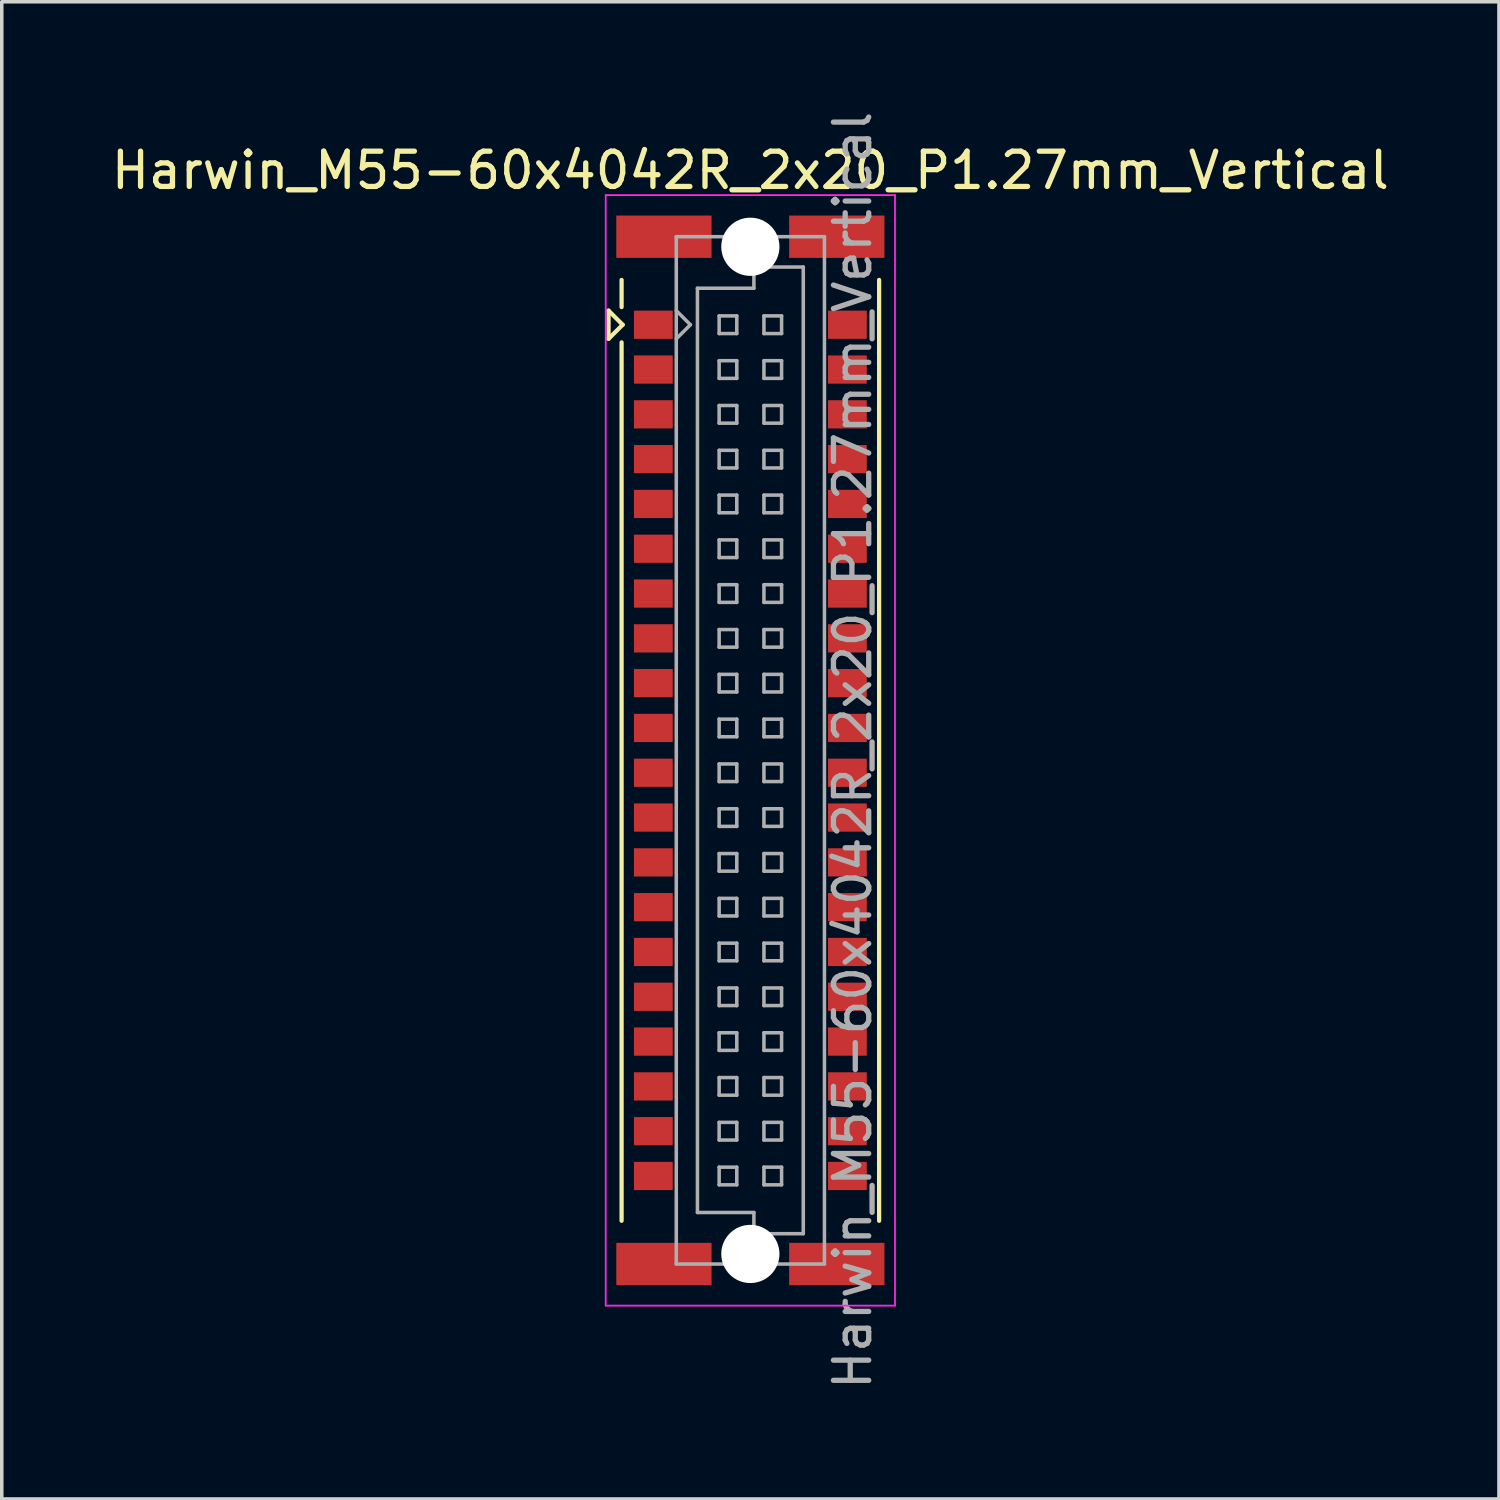
<source format=kicad_pcb>
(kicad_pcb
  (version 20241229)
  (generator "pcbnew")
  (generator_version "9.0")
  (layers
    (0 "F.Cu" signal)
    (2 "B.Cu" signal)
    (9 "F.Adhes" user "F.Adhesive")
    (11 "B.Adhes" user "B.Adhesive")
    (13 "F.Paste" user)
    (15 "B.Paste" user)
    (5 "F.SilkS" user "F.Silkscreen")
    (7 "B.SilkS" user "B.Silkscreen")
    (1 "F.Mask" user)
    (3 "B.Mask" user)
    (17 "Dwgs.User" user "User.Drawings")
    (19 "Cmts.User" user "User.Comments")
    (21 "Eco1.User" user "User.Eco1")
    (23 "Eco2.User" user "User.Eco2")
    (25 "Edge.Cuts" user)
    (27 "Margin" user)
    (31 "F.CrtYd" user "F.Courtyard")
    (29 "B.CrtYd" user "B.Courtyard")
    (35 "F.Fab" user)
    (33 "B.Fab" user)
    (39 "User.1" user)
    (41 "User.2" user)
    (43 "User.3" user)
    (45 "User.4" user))
  (footprint "Harwin_M55-60x4042R_2x20_P1.27mm_Vertical"
    (layer "F.Cu")
    (at 18.22 18.22)
    (property "Reference" "Harwin_M55-60x4042R_2x20_P1.27mm_Vertical" (at 0 -16.44 0) (layer "F.SilkS") (effects (font (size 1 1) (thickness 0.15))))
    (attr smd)
    (fp_line (start -4.02 -12.465) (end -4.02 -11.665) (stroke (width 0.12) (type solid)) (layer "F.SilkS"))
    (fp_line (start -4.02 -11.665) (end -3.62 -12.065) (stroke (width 0.12) (type solid)) (layer "F.SilkS"))
    (fp_line (start -3.65 -12.565) (end -3.65 -13.335) (stroke (width 0.12) (type solid)) (layer "F.SilkS"))
    (fp_line (start -3.65 -11.565) (end -3.65 13.335) (stroke (width 0.12) (type solid)) (layer "F.SilkS"))
    (fp_line (start -3.62 -12.065) (end -4.02 -12.465) (stroke (width 0.12) (type solid)) (layer "F.SilkS"))
    (fp_line (start 3.65 13.335) (end 3.65 -13.335) (stroke (width 0.12) (type solid)) (layer "F.SilkS"))
    (fp_line (start -4.1 -15.74) (end 4.1 -15.74) (stroke (width 0.05) (type solid)) (layer "F.CrtYd"))
    (fp_line (start -4.1 15.74) (end -4.1 -15.74) (stroke (width 0.05) (type solid)) (layer "F.CrtYd"))
    (fp_line (start 4.1 -15.74) (end 4.1 15.74) (stroke (width 0.05) (type solid)) (layer "F.CrtYd"))
    (fp_line (start 4.1 15.74) (end -4.1 15.74) (stroke (width 0.05) (type solid)) (layer "F.CrtYd"))
    (fp_line (start -2.1 -14.56) (end -2.1 14.56) (stroke (width 0.1) (type solid)) (layer "F.Fab"))
    (fp_line (start -2.1 -11.665) (end -1.7 -12.065) (stroke (width 0.1) (type solid)) (layer "F.Fab"))
    (fp_line (start -2.1 14.56) (end 2.1 14.56) (stroke (width 0.1) (type solid)) (layer "F.Fab"))
    (fp_line (start -1.7 -12.065) (end -2.1 -12.465) (stroke (width 0.1) (type solid)) (layer "F.Fab"))
    (fp_line (start -1.5 -13.1) (end 0.1 -13.1) (stroke (width 0.1) (type solid)) (layer "F.Fab"))
    (fp_line (start -1.5 13.1) (end -1.5 -13.1) (stroke (width 0.1) (type solid)) (layer "F.Fab"))
    (fp_line (start -0.885 -12.315) (end -0.885 -11.815) (stroke (width 0.1) (type solid)) (layer "F.Fab"))
    (fp_line (start -0.885 -11.815) (end -0.385 -11.815) (stroke (width 0.1) (type solid)) (layer "F.Fab"))
    (fp_line (start -0.885 -11.045) (end -0.885 -10.545) (stroke (width 0.1) (type solid)) (layer "F.Fab"))
    (fp_line (start -0.885 -10.545) (end -0.385 -10.545) (stroke (width 0.1) (type solid)) (layer "F.Fab"))
    (fp_line (start -0.885 -9.775) (end -0.885 -9.275) (stroke (width 0.1) (type solid)) (layer "F.Fab"))
    (fp_line (start -0.885 -9.275) (end -0.385 -9.275) (stroke (width 0.1) (type solid)) (layer "F.Fab"))
    (fp_line (start -0.885 -8.505) (end -0.885 -8.005) (stroke (width 0.1) (type solid)) (layer "F.Fab"))
    (fp_line (start -0.885 -8.005) (end -0.385 -8.005) (stroke (width 0.1) (type solid)) (layer "F.Fab"))
    (fp_line (start -0.885 -7.235) (end -0.885 -6.735) (stroke (width 0.1) (type solid)) (layer "F.Fab"))
    (fp_line (start -0.885 -6.735) (end -0.385 -6.735) (stroke (width 0.1) (type solid)) (layer "F.Fab"))
    (fp_line (start -0.885 -5.965) (end -0.885 -5.465) (stroke (width 0.1) (type solid)) (layer "F.Fab"))
    (fp_line (start -0.885 -5.465) (end -0.385 -5.465) (stroke (width 0.1) (type solid)) (layer "F.Fab"))
    (fp_line (start -0.885 -4.695) (end -0.885 -4.195) (stroke (width 0.1) (type solid)) (layer "F.Fab"))
    (fp_line (start -0.885 -4.195) (end -0.385 -4.195) (stroke (width 0.1) (type solid)) (layer "F.Fab"))
    (fp_line (start -0.885 -3.425) (end -0.885 -2.925) (stroke (width 0.1) (type solid)) (layer "F.Fab"))
    (fp_line (start -0.885 -2.925) (end -0.385 -2.925) (stroke (width 0.1) (type solid)) (layer "F.Fab"))
    (fp_line (start -0.885 -2.155) (end -0.885 -1.655) (stroke (width 0.1) (type solid)) (layer "F.Fab"))
    (fp_line (start -0.885 -1.655) (end -0.385 -1.655) (stroke (width 0.1) (type solid)) (layer "F.Fab"))
    (fp_line (start -0.885 -0.885) (end -0.885 -0.385) (stroke (width 0.1) (type solid)) (layer "F.Fab"))
    (fp_line (start -0.885 -0.385) (end -0.385 -0.385) (stroke (width 0.1) (type solid)) (layer "F.Fab"))
    (fp_line (start -0.885 0.385) (end -0.885 0.885) (stroke (width 0.1) (type solid)) (layer "F.Fab"))
    (fp_line (start -0.885 0.885) (end -0.385 0.885) (stroke (width 0.1) (type solid)) (layer "F.Fab"))
    (fp_line (start -0.885 1.655) (end -0.885 2.155) (stroke (width 0.1) (type solid)) (layer "F.Fab"))
    (fp_line (start -0.885 2.155) (end -0.385 2.155) (stroke (width 0.1) (type solid)) (layer "F.Fab"))
    (fp_line (start -0.885 2.925) (end -0.885 3.425) (stroke (width 0.1) (type solid)) (layer "F.Fab"))
    (fp_line (start -0.885 3.425) (end -0.385 3.425) (stroke (width 0.1) (type solid)) (layer "F.Fab"))
    (fp_line (start -0.885 4.195) (end -0.885 4.695) (stroke (width 0.1) (type solid)) (layer "F.Fab"))
    (fp_line (start -0.885 4.695) (end -0.385 4.695) (stroke (width 0.1) (type solid)) (layer "F.Fab"))
    (fp_line (start -0.885 5.465) (end -0.885 5.965) (stroke (width 0.1) (type solid)) (layer "F.Fab"))
    (fp_line (start -0.885 5.965) (end -0.385 5.965) (stroke (width 0.1) (type solid)) (layer "F.Fab"))
    (fp_line (start -0.885 6.735) (end -0.885 7.235) (stroke (width 0.1) (type solid)) (layer "F.Fab"))
    (fp_line (start -0.885 7.235) (end -0.385 7.235) (stroke (width 0.1) (type solid)) (layer "F.Fab"))
    (fp_line (start -0.885 8.005) (end -0.885 8.505) (stroke (width 0.1) (type solid)) (layer "F.Fab"))
    (fp_line (start -0.885 8.505) (end -0.385 8.505) (stroke (width 0.1) (type solid)) (layer "F.Fab"))
    (fp_line (start -0.885 9.275) (end -0.885 9.775) (stroke (width 0.1) (type solid)) (layer "F.Fab"))
    (fp_line (start -0.885 9.775) (end -0.385 9.775) (stroke (width 0.1) (type solid)) (layer "F.Fab"))
    (fp_line (start -0.885 10.545) (end -0.885 11.045) (stroke (width 0.1) (type solid)) (layer "F.Fab"))
    (fp_line (start -0.885 11.045) (end -0.385 11.045) (stroke (width 0.1) (type solid)) (layer "F.Fab"))
    (fp_line (start -0.885 11.815) (end -0.885 12.315) (stroke (width 0.1) (type solid)) (layer "F.Fab"))
    (fp_line (start -0.885 12.315) (end -0.385 12.315) (stroke (width 0.1) (type solid)) (layer "F.Fab"))
    (fp_line (start -0.385 -12.315) (end -0.885 -12.315) (stroke (width 0.1) (type solid)) (layer "F.Fab"))
    (fp_line (start -0.385 -11.815) (end -0.385 -12.315) (stroke (width 0.1) (type solid)) (layer "F.Fab"))
    (fp_line (start -0.385 -11.045) (end -0.885 -11.045) (stroke (width 0.1) (type solid)) (layer "F.Fab"))
    (fp_line (start -0.385 -10.545) (end -0.385 -11.045) (stroke (width 0.1) (type solid)) (layer "F.Fab"))
    (fp_line (start -0.385 -9.775) (end -0.885 -9.775) (stroke (width 0.1) (type solid)) (layer "F.Fab"))
    (fp_line (start -0.385 -9.275) (end -0.385 -9.775) (stroke (width 0.1) (type solid)) (layer "F.Fab"))
    (fp_line (start -0.385 -8.505) (end -0.885 -8.505) (stroke (width 0.1) (type solid)) (layer "F.Fab"))
    (fp_line (start -0.385 -8.005) (end -0.385 -8.505) (stroke (width 0.1) (type solid)) (layer "F.Fab"))
    (fp_line (start -0.385 -7.235) (end -0.885 -7.235) (stroke (width 0.1) (type solid)) (layer "F.Fab"))
    (fp_line (start -0.385 -6.735) (end -0.385 -7.235) (stroke (width 0.1) (type solid)) (layer "F.Fab"))
    (fp_line (start -0.385 -5.965) (end -0.885 -5.965) (stroke (width 0.1) (type solid)) (layer "F.Fab"))
    (fp_line (start -0.385 -5.465) (end -0.385 -5.965) (stroke (width 0.1) (type solid)) (layer "F.Fab"))
    (fp_line (start -0.385 -4.695) (end -0.885 -4.695) (stroke (width 0.1) (type solid)) (layer "F.Fab"))
    (fp_line (start -0.385 -4.195) (end -0.385 -4.695) (stroke (width 0.1) (type solid)) (layer "F.Fab"))
    (fp_line (start -0.385 -3.425) (end -0.885 -3.425) (stroke (width 0.1) (type solid)) (layer "F.Fab"))
    (fp_line (start -0.385 -2.925) (end -0.385 -3.425) (stroke (width 0.1) (type solid)) (layer "F.Fab"))
    (fp_line (start -0.385 -2.155) (end -0.885 -2.155) (stroke (width 0.1) (type solid)) (layer "F.Fab"))
    (fp_line (start -0.385 -1.655) (end -0.385 -2.155) (stroke (width 0.1) (type solid)) (layer "F.Fab"))
    (fp_line (start -0.385 -0.885) (end -0.885 -0.885) (stroke (width 0.1) (type solid)) (layer "F.Fab"))
    (fp_line (start -0.385 -0.385) (end -0.385 -0.885) (stroke (width 0.1) (type solid)) (layer "F.Fab"))
    (fp_line (start -0.385 0.385) (end -0.885 0.385) (stroke (width 0.1) (type solid)) (layer "F.Fab"))
    (fp_line (start -0.385 0.885) (end -0.385 0.385) (stroke (width 0.1) (type solid)) (layer "F.Fab"))
    (fp_line (start -0.385 1.655) (end -0.885 1.655) (stroke (width 0.1) (type solid)) (layer "F.Fab"))
    (fp_line (start -0.385 2.155) (end -0.385 1.655) (stroke (width 0.1) (type solid)) (layer "F.Fab"))
    (fp_line (start -0.385 2.925) (end -0.885 2.925) (stroke (width 0.1) (type solid)) (layer "F.Fab"))
    (fp_line (start -0.385 3.425) (end -0.385 2.925) (stroke (width 0.1) (type solid)) (layer "F.Fab"))
    (fp_line (start -0.385 4.195) (end -0.885 4.195) (stroke (width 0.1) (type solid)) (layer "F.Fab"))
    (fp_line (start -0.385 4.695) (end -0.385 4.195) (stroke (width 0.1) (type solid)) (layer "F.Fab"))
    (fp_line (start -0.385 5.465) (end -0.885 5.465) (stroke (width 0.1) (type solid)) (layer "F.Fab"))
    (fp_line (start -0.385 5.965) (end -0.385 5.465) (stroke (width 0.1) (type solid)) (layer "F.Fab"))
    (fp_line (start -0.385 6.735) (end -0.885 6.735) (stroke (width 0.1) (type solid)) (layer "F.Fab"))
    (fp_line (start -0.385 7.235) (end -0.385 6.735) (stroke (width 0.1) (type solid)) (layer "F.Fab"))
    (fp_line (start -0.385 8.005) (end -0.885 8.005) (stroke (width 0.1) (type solid)) (layer "F.Fab"))
    (fp_line (start -0.385 8.505) (end -0.385 8.005) (stroke (width 0.1) (type solid)) (layer "F.Fab"))
    (fp_line (start -0.385 9.275) (end -0.885 9.275) (stroke (width 0.1) (type solid)) (layer "F.Fab"))
    (fp_line (start -0.385 9.775) (end -0.385 9.275) (stroke (width 0.1) (type solid)) (layer "F.Fab"))
    (fp_line (start -0.385 10.545) (end -0.885 10.545) (stroke (width 0.1) (type solid)) (layer "F.Fab"))
    (fp_line (start -0.385 11.045) (end -0.385 10.545) (stroke (width 0.1) (type solid)) (layer "F.Fab"))
    (fp_line (start -0.385 11.815) (end -0.885 11.815) (stroke (width 0.1) (type solid)) (layer "F.Fab"))
    (fp_line (start -0.385 12.315) (end -0.385 11.815) (stroke (width 0.1) (type solid)) (layer "F.Fab"))
    (fp_line (start 0.1 -13.7) (end 1.5 -13.7) (stroke (width 0.1) (type solid)) (layer "F.Fab"))
    (fp_line (start 0.1 -13.1) (end 0.1 -13.7) (stroke (width 0.1) (type solid)) (layer "F.Fab"))
    (fp_line (start 0.1 13.1) (end -1.5 13.1) (stroke (width 0.1) (type solid)) (layer "F.Fab"))
    (fp_line (start 0.1 13.7) (end 0.1 13.1) (stroke (width 0.1) (type solid)) (layer "F.Fab"))
    (fp_line (start 0.385 -12.315) (end 0.385 -11.815) (stroke (width 0.1) (type solid)) (layer "F.Fab"))
    (fp_line (start 0.385 -11.815) (end 0.885 -11.815) (stroke (width 0.1) (type solid)) (layer "F.Fab"))
    (fp_line (start 0.385 -11.045) (end 0.385 -10.545) (stroke (width 0.1) (type solid)) (layer "F.Fab"))
    (fp_line (start 0.385 -10.545) (end 0.885 -10.545) (stroke (width 0.1) (type solid)) (layer "F.Fab"))
    (fp_line (start 0.385 -9.775) (end 0.385 -9.275) (stroke (width 0.1) (type solid)) (layer "F.Fab"))
    (fp_line (start 0.385 -9.275) (end 0.885 -9.275) (stroke (width 0.1) (type solid)) (layer "F.Fab"))
    (fp_line (start 0.385 -8.505) (end 0.385 -8.005) (stroke (width 0.1) (type solid)) (layer "F.Fab"))
    (fp_line (start 0.385 -8.005) (end 0.885 -8.005) (stroke (width 0.1) (type solid)) (layer "F.Fab"))
    (fp_line (start 0.385 -7.235) (end 0.385 -6.735) (stroke (width 0.1) (type solid)) (layer "F.Fab"))
    (fp_line (start 0.385 -6.735) (end 0.885 -6.735) (stroke (width 0.1) (type solid)) (layer "F.Fab"))
    (fp_line (start 0.385 -5.965) (end 0.385 -5.465) (stroke (width 0.1) (type solid)) (layer "F.Fab"))
    (fp_line (start 0.385 -5.465) (end 0.885 -5.465) (stroke (width 0.1) (type solid)) (layer "F.Fab"))
    (fp_line (start 0.385 -4.695) (end 0.385 -4.195) (stroke (width 0.1) (type solid)) (layer "F.Fab"))
    (fp_line (start 0.385 -4.195) (end 0.885 -4.195) (stroke (width 0.1) (type solid)) (layer "F.Fab"))
    (fp_line (start 0.385 -3.425) (end 0.385 -2.925) (stroke (width 0.1) (type solid)) (layer "F.Fab"))
    (fp_line (start 0.385 -2.925) (end 0.885 -2.925) (stroke (width 0.1) (type solid)) (layer "F.Fab"))
    (fp_line (start 0.385 -2.155) (end 0.385 -1.655) (stroke (width 0.1) (type solid)) (layer "F.Fab"))
    (fp_line (start 0.385 -1.655) (end 0.885 -1.655) (stroke (width 0.1) (type solid)) (layer "F.Fab"))
    (fp_line (start 0.385 -0.885) (end 0.385 -0.385) (stroke (width 0.1) (type solid)) (layer "F.Fab"))
    (fp_line (start 0.385 -0.385) (end 0.885 -0.385) (stroke (width 0.1) (type solid)) (layer "F.Fab"))
    (fp_line (start 0.385 0.385) (end 0.385 0.885) (stroke (width 0.1) (type solid)) (layer "F.Fab"))
    (fp_line (start 0.385 0.885) (end 0.885 0.885) (stroke (width 0.1) (type solid)) (layer "F.Fab"))
    (fp_line (start 0.385 1.655) (end 0.385 2.155) (stroke (width 0.1) (type solid)) (layer "F.Fab"))
    (fp_line (start 0.385 2.155) (end 0.885 2.155) (stroke (width 0.1) (type solid)) (layer "F.Fab"))
    (fp_line (start 0.385 2.925) (end 0.385 3.425) (stroke (width 0.1) (type solid)) (layer "F.Fab"))
    (fp_line (start 0.385 3.425) (end 0.885 3.425) (stroke (width 0.1) (type solid)) (layer "F.Fab"))
    (fp_line (start 0.385 4.195) (end 0.385 4.695) (stroke (width 0.1) (type solid)) (layer "F.Fab"))
    (fp_line (start 0.385 4.695) (end 0.885 4.695) (stroke (width 0.1) (type solid)) (layer "F.Fab"))
    (fp_line (start 0.385 5.465) (end 0.385 5.965) (stroke (width 0.1) (type solid)) (layer "F.Fab"))
    (fp_line (start 0.385 5.965) (end 0.885 5.965) (stroke (width 0.1) (type solid)) (layer "F.Fab"))
    (fp_line (start 0.385 6.735) (end 0.385 7.235) (stroke (width 0.1) (type solid)) (layer "F.Fab"))
    (fp_line (start 0.385 7.235) (end 0.885 7.235) (stroke (width 0.1) (type solid)) (layer "F.Fab"))
    (fp_line (start 0.385 8.005) (end 0.385 8.505) (stroke (width 0.1) (type solid)) (layer "F.Fab"))
    (fp_line (start 0.385 8.505) (end 0.885 8.505) (stroke (width 0.1) (type solid)) (layer "F.Fab"))
    (fp_line (start 0.385 9.275) (end 0.385 9.775) (stroke (width 0.1) (type solid)) (layer "F.Fab"))
    (fp_line (start 0.385 9.775) (end 0.885 9.775) (stroke (width 0.1) (type solid)) (layer "F.Fab"))
    (fp_line (start 0.385 10.545) (end 0.385 11.045) (stroke (width 0.1) (type solid)) (layer "F.Fab"))
    (fp_line (start 0.385 11.045) (end 0.885 11.045) (stroke (width 0.1) (type solid)) (layer "F.Fab"))
    (fp_line (start 0.385 11.815) (end 0.385 12.315) (stroke (width 0.1) (type solid)) (layer "F.Fab"))
    (fp_line (start 0.385 12.315) (end 0.885 12.315) (stroke (width 0.1) (type solid)) (layer "F.Fab"))
    (fp_line (start 0.885 -12.315) (end 0.385 -12.315) (stroke (width 0.1) (type solid)) (layer "F.Fab"))
    (fp_line (start 0.885 -11.815) (end 0.885 -12.315) (stroke (width 0.1) (type solid)) (layer "F.Fab"))
    (fp_line (start 0.885 -11.045) (end 0.385 -11.045) (stroke (width 0.1) (type solid)) (layer "F.Fab"))
    (fp_line (start 0.885 -10.545) (end 0.885 -11.045) (stroke (width 0.1) (type solid)) (layer "F.Fab"))
    (fp_line (start 0.885 -9.775) (end 0.385 -9.775) (stroke (width 0.1) (type solid)) (layer "F.Fab"))
    (fp_line (start 0.885 -9.275) (end 0.885 -9.775) (stroke (width 0.1) (type solid)) (layer "F.Fab"))
    (fp_line (start 0.885 -8.505) (end 0.385 -8.505) (stroke (width 0.1) (type solid)) (layer "F.Fab"))
    (fp_line (start 0.885 -8.005) (end 0.885 -8.505) (stroke (width 0.1) (type solid)) (layer "F.Fab"))
    (fp_line (start 0.885 -7.235) (end 0.385 -7.235) (stroke (width 0.1) (type solid)) (layer "F.Fab"))
    (fp_line (start 0.885 -6.735) (end 0.885 -7.235) (stroke (width 0.1) (type solid)) (layer "F.Fab"))
    (fp_line (start 0.885 -5.965) (end 0.385 -5.965) (stroke (width 0.1) (type solid)) (layer "F.Fab"))
    (fp_line (start 0.885 -5.465) (end 0.885 -5.965) (stroke (width 0.1) (type solid)) (layer "F.Fab"))
    (fp_line (start 0.885 -4.695) (end 0.385 -4.695) (stroke (width 0.1) (type solid)) (layer "F.Fab"))
    (fp_line (start 0.885 -4.195) (end 0.885 -4.695) (stroke (width 0.1) (type solid)) (layer "F.Fab"))
    (fp_line (start 0.885 -3.425) (end 0.385 -3.425) (stroke (width 0.1) (type solid)) (layer "F.Fab"))
    (fp_line (start 0.885 -2.925) (end 0.885 -3.425) (stroke (width 0.1) (type solid)) (layer "F.Fab"))
    (fp_line (start 0.885 -2.155) (end 0.385 -2.155) (stroke (width 0.1) (type solid)) (layer "F.Fab"))
    (fp_line (start 0.885 -1.655) (end 0.885 -2.155) (stroke (width 0.1) (type solid)) (layer "F.Fab"))
    (fp_line (start 0.885 -0.885) (end 0.385 -0.885) (stroke (width 0.1) (type solid)) (layer "F.Fab"))
    (fp_line (start 0.885 -0.385) (end 0.885 -0.885) (stroke (width 0.1) (type solid)) (layer "F.Fab"))
    (fp_line (start 0.885 0.385) (end 0.385 0.385) (stroke (width 0.1) (type solid)) (layer "F.Fab"))
    (fp_line (start 0.885 0.885) (end 0.885 0.385) (stroke (width 0.1) (type solid)) (layer "F.Fab"))
    (fp_line (start 0.885 1.655) (end 0.385 1.655) (stroke (width 0.1) (type solid)) (layer "F.Fab"))
    (fp_line (start 0.885 2.155) (end 0.885 1.655) (stroke (width 0.1) (type solid)) (layer "F.Fab"))
    (fp_line (start 0.885 2.925) (end 0.385 2.925) (stroke (width 0.1) (type solid)) (layer "F.Fab"))
    (fp_line (start 0.885 3.425) (end 0.885 2.925) (stroke (width 0.1) (type solid)) (layer "F.Fab"))
    (fp_line (start 0.885 4.195) (end 0.385 4.195) (stroke (width 0.1) (type solid)) (layer "F.Fab"))
    (fp_line (start 0.885 4.695) (end 0.885 4.195) (stroke (width 0.1) (type solid)) (layer "F.Fab"))
    (fp_line (start 0.885 5.465) (end 0.385 5.465) (stroke (width 0.1) (type solid)) (layer "F.Fab"))
    (fp_line (start 0.885 5.965) (end 0.885 5.465) (stroke (width 0.1) (type solid)) (layer "F.Fab"))
    (fp_line (start 0.885 6.735) (end 0.385 6.735) (stroke (width 0.1) (type solid)) (layer "F.Fab"))
    (fp_line (start 0.885 7.235) (end 0.885 6.735) (stroke (width 0.1) (type solid)) (layer "F.Fab"))
    (fp_line (start 0.885 8.005) (end 0.385 8.005) (stroke (width 0.1) (type solid)) (layer "F.Fab"))
    (fp_line (start 0.885 8.505) (end 0.885 8.005) (stroke (width 0.1) (type solid)) (layer "F.Fab"))
    (fp_line (start 0.885 9.275) (end 0.385 9.275) (stroke (width 0.1) (type solid)) (layer "F.Fab"))
    (fp_line (start 0.885 9.775) (end 0.885 9.275) (stroke (width 0.1) (type solid)) (layer "F.Fab"))
    (fp_line (start 0.885 10.545) (end 0.385 10.545) (stroke (width 0.1) (type solid)) (layer "F.Fab"))
    (fp_line (start 0.885 11.045) (end 0.885 10.545) (stroke (width 0.1) (type solid)) (layer "F.Fab"))
    (fp_line (start 0.885 11.815) (end 0.385 11.815) (stroke (width 0.1) (type solid)) (layer "F.Fab"))
    (fp_line (start 0.885 12.315) (end 0.885 11.815) (stroke (width 0.1) (type solid)) (layer "F.Fab"))
    (fp_line (start 1.5 -13.7) (end 1.5 13.7) (stroke (width 0.1) (type solid)) (layer "F.Fab"))
    (fp_line (start 1.5 13.7) (end 0.1 13.7) (stroke (width 0.1) (type solid)) (layer "F.Fab"))
    (fp_line (start 2.1 -14.56) (end -2.1 -14.56) (stroke (width 0.1) (type solid)) (layer "F.Fab"))
    (fp_line (start 2.1 14.56) (end 2.1 -14.56) (stroke (width 0.1) (type solid)) (layer "F.Fab"))
    (fp_text user "${REFERENCE}" (at 2.9 0 90) (layer "F.Fab") (effects (font (size 1 1) (thickness 0.15))))
    (pad "" smd rect (at -2.45 -14.56) (size 2.7 1.2) (layers "F.Cu" "F.Mask" "F.Paste"))
    (pad "" smd rect (at -2.45 14.56) (size 2.7 1.2) (layers "F.Cu" "F.Mask" "F.Paste"))
    (pad "" np_thru_hole circle (at 0 -14.275) (size 1.65 1.65) (drill 1.65) (layers "*.Cu" "*.Mask"))
    (pad "" np_thru_hole circle (at 0 14.275) (size 1.65 1.65) (drill 1.65) (layers "*.Cu" "*.Mask"))
    (pad "" smd rect (at 2.45 -14.56) (size 2.7 1.2) (layers "F.Cu" "F.Mask" "F.Paste"))
    (pad "" smd rect (at 2.45 14.56) (size 2.7 1.2) (layers "F.Cu" "F.Mask" "F.Paste"))
    (pad "1" smd rect (at -2.75 -12.065) (size 1.1 0.8) (layers "F.Cu" "F.Mask" "F.Paste"))
    (pad "2" smd rect (at 2.75 -12.065) (size 1.1 0.8) (layers "F.Cu" "F.Mask" "F.Paste"))
    (pad "3" smd rect (at -2.75 -10.795) (size 1.1 0.8) (layers "F.Cu" "F.Mask" "F.Paste"))
    (pad "4" smd rect (at 2.75 -10.795) (size 1.1 0.8) (layers "F.Cu" "F.Mask" "F.Paste"))
    (pad "5" smd rect (at -2.75 -9.525) (size 1.1 0.8) (layers "F.Cu" "F.Mask" "F.Paste"))
    (pad "6" smd rect (at 2.75 -9.525) (size 1.1 0.8) (layers "F.Cu" "F.Mask" "F.Paste"))
    (pad "7" smd rect (at -2.75 -8.255) (size 1.1 0.8) (layers "F.Cu" "F.Mask" "F.Paste"))
    (pad "8" smd rect (at 2.75 -8.255) (size 1.1 0.8) (layers "F.Cu" "F.Mask" "F.Paste"))
    (pad "9" smd rect (at -2.75 -6.985) (size 1.1 0.8) (layers "F.Cu" "F.Mask" "F.Paste"))
    (pad "10" smd rect (at 2.75 -6.985) (size 1.1 0.8) (layers "F.Cu" "F.Mask" "F.Paste"))
    (pad "11" smd rect (at -2.75 -5.715) (size 1.1 0.8) (layers "F.Cu" "F.Mask" "F.Paste"))
    (pad "12" smd rect (at 2.75 -5.715) (size 1.1 0.8) (layers "F.Cu" "F.Mask" "F.Paste"))
    (pad "13" smd rect (at -2.75 -4.445) (size 1.1 0.8) (layers "F.Cu" "F.Mask" "F.Paste"))
    (pad "14" smd rect (at 2.75 -4.445) (size 1.1 0.8) (layers "F.Cu" "F.Mask" "F.Paste"))
    (pad "15" smd rect (at -2.75 -3.175) (size 1.1 0.8) (layers "F.Cu" "F.Mask" "F.Paste"))
    (pad "16" smd rect (at 2.75 -3.175) (size 1.1 0.8) (layers "F.Cu" "F.Mask" "F.Paste"))
    (pad "17" smd rect (at -2.75 -1.905) (size 1.1 0.8) (layers "F.Cu" "F.Mask" "F.Paste"))
    (pad "18" smd rect (at 2.75 -1.905) (size 1.1 0.8) (layers "F.Cu" "F.Mask" "F.Paste"))
    (pad "19" smd rect (at -2.75 -0.635) (size 1.1 0.8) (layers "F.Cu" "F.Mask" "F.Paste"))
    (pad "20" smd rect (at 2.75 -0.635) (size 1.1 0.8) (layers "F.Cu" "F.Mask" "F.Paste"))
    (pad "21" smd rect (at -2.75 0.635) (size 1.1 0.8) (layers "F.Cu" "F.Mask" "F.Paste"))
    (pad "22" smd rect (at 2.75 0.635) (size 1.1 0.8) (layers "F.Cu" "F.Mask" "F.Paste"))
    (pad "23" smd rect (at -2.75 1.905) (size 1.1 0.8) (layers "F.Cu" "F.Mask" "F.Paste"))
    (pad "24" smd rect (at 2.75 1.905) (size 1.1 0.8) (layers "F.Cu" "F.Mask" "F.Paste"))
    (pad "25" smd rect (at -2.75 3.175) (size 1.1 0.8) (layers "F.Cu" "F.Mask" "F.Paste"))
    (pad "26" smd rect (at 2.75 3.175) (size 1.1 0.8) (layers "F.Cu" "F.Mask" "F.Paste"))
    (pad "27" smd rect (at -2.75 4.445) (size 1.1 0.8) (layers "F.Cu" "F.Mask" "F.Paste"))
    (pad "28" smd rect (at 2.75 4.445) (size 1.1 0.8) (layers "F.Cu" "F.Mask" "F.Paste"))
    (pad "29" smd rect (at -2.75 5.715) (size 1.1 0.8) (layers "F.Cu" "F.Mask" "F.Paste"))
    (pad "30" smd rect (at 2.75 5.715) (size 1.1 0.8) (layers "F.Cu" "F.Mask" "F.Paste"))
    (pad "31" smd rect (at -2.75 6.985) (size 1.1 0.8) (layers "F.Cu" "F.Mask" "F.Paste"))
    (pad "32" smd rect (at 2.75 6.985) (size 1.1 0.8) (layers "F.Cu" "F.Mask" "F.Paste"))
    (pad "33" smd rect (at -2.75 8.255) (size 1.1 0.8) (layers "F.Cu" "F.Mask" "F.Paste"))
    (pad "34" smd rect (at 2.75 8.255) (size 1.1 0.8) (layers "F.Cu" "F.Mask" "F.Paste"))
    (pad "35" smd rect (at -2.75 9.525) (size 1.1 0.8) (layers "F.Cu" "F.Mask" "F.Paste"))
    (pad "36" smd rect (at 2.75 9.525) (size 1.1 0.8) (layers "F.Cu" "F.Mask" "F.Paste"))
    (pad "37" smd rect (at -2.75 10.795) (size 1.1 0.8) (layers "F.Cu" "F.Mask" "F.Paste"))
    (pad "38" smd rect (at 2.75 10.795) (size 1.1 0.8) (layers "F.Cu" "F.Mask" "F.Paste"))
    (pad "39" smd rect (at -2.75 12.065) (size 1.1 0.8) (layers "F.Cu" "F.Mask" "F.Paste"))
    (pad "40" smd rect (at 2.75 12.065) (size 1.1 0.8) (layers "F.Cu" "F.Mask" "F.Paste")))
  (gr_rect
    (start -3 -3)
    (end 39.44 39.44)
    (stroke (width 0.1) (type default))
    (fill no)
    (layer "Edge.Cuts")))
</source>
